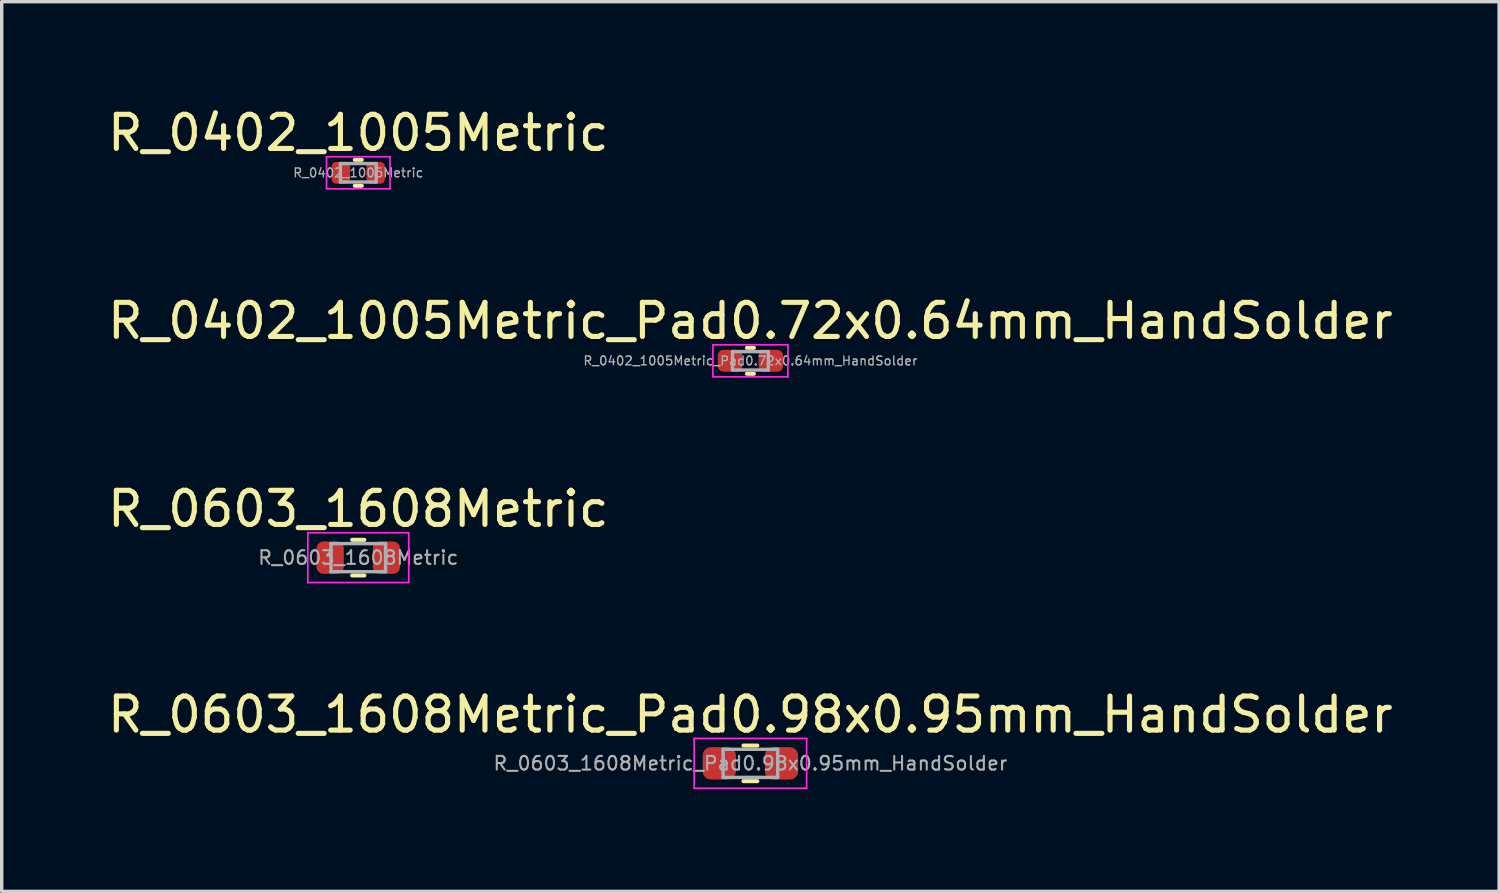
<source format=kicad_pcb>
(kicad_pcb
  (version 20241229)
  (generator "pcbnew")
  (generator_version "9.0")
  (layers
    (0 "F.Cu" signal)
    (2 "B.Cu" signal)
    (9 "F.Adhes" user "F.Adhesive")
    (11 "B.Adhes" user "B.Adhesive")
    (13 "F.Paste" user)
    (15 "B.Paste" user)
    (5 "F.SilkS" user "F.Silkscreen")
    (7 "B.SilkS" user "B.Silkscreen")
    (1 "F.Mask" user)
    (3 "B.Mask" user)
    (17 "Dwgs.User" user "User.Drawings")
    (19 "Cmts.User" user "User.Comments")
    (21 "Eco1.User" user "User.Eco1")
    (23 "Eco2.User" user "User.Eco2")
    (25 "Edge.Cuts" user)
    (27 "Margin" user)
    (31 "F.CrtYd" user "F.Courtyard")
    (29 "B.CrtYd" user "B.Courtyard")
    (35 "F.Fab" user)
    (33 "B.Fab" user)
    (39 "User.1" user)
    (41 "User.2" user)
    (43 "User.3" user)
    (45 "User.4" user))
  (footprint "R_0603_1608Metric_Pad0.98x0.95mm_HandSolder"
    (layer "F.Cu")
    (at 18.958 19.338)
    (property "Reference" "R_0603_1608Metric_Pad0.98x0.95mm_HandSolder" (at 0 -1.43 0) (layer "F.SilkS") (effects (font (size 1 1) (thickness 0.15))))
    (attr smd)
    (fp_line (start -0.203 -0.522) (end 0.203 -0.522) (stroke (width 0.12) (type solid)) (layer "F.SilkS"))
    (fp_line (start -0.203 0.522) (end 0.203 0.522) (stroke (width 0.12) (type solid)) (layer "F.SilkS"))
    (fp_line (start -1.65 -0.73) (end 1.65 -0.73) (stroke (width 0.05) (type solid)) (layer "F.CrtYd"))
    (fp_line (start -1.65 0.73) (end -1.65 -0.73) (stroke (width 0.05) (type solid)) (layer "F.CrtYd"))
    (fp_line (start 1.65 -0.73) (end 1.65 0.73) (stroke (width 0.05) (type solid)) (layer "F.CrtYd"))
    (fp_line (start 1.65 0.73) (end -1.65 0.73) (stroke (width 0.05) (type solid)) (layer "F.CrtYd"))
    (fp_line (start -0.8 -0.412) (end 0.8 -0.412) (stroke (width 0.1) (type solid)) (layer "F.Fab"))
    (fp_line (start -0.8 0.412) (end -0.8 -0.412) (stroke (width 0.1) (type solid)) (layer "F.Fab"))
    (fp_line (start 0.8 -0.412) (end 0.8 0.412) (stroke (width 0.1) (type solid)) (layer "F.Fab"))
    (fp_line (start 0.8 0.412) (end -0.8 0.412) (stroke (width 0.1) (type solid)) (layer "F.Fab"))
    (fp_text user "${REFERENCE}" (at 0 0 0) (layer "F.Fab") (effects (font (size 0.4 0.4) (thickness 0.06))))
    (pad "1" smd roundrect (at -0.912 0) (size 0.975 0.95) (layers "F.Cu" "F.Mask" "F.Paste") (roundrect_rratio 0.25))
    (pad "2" smd roundrect (at 0.912 0) (size 0.975 0.95) (layers "F.Cu" "F.Mask" "F.Paste") (roundrect_rratio 0.25)))
  (footprint "R_0402_1005Metric"
    (layer "F.Cu")
    (at 7.458 2.018)
    (property "Reference" "R_0402_1005Metric" (at 0 -1.17 0) (layer "F.SilkS") (effects (font (size 1 1) (thickness 0.15))))
    (attr smd)
    (fp_line (start -0.102 -0.38) (end 0.102 -0.38) (stroke (width 0.12) (type solid)) (layer "F.SilkS"))
    (fp_line (start -0.102 0.38) (end 0.102 0.38) (stroke (width 0.12) (type solid)) (layer "F.SilkS"))
    (fp_line (start -0.93 -0.47) (end 0.93 -0.47) (stroke (width 0.05) (type solid)) (layer "F.CrtYd"))
    (fp_line (start -0.93 0.47) (end -0.93 -0.47) (stroke (width 0.05) (type solid)) (layer "F.CrtYd"))
    (fp_line (start 0.93 -0.47) (end 0.93 0.47) (stroke (width 0.05) (type solid)) (layer "F.CrtYd"))
    (fp_line (start 0.93 0.47) (end -0.93 0.47) (stroke (width 0.05) (type solid)) (layer "F.CrtYd"))
    (fp_line (start -0.525 -0.27) (end 0.525 -0.27) (stroke (width 0.1) (type solid)) (layer "F.Fab"))
    (fp_line (start -0.525 0.27) (end -0.525 -0.27) (stroke (width 0.1) (type solid)) (layer "F.Fab"))
    (fp_line (start 0.525 -0.27) (end 0.525 0.27) (stroke (width 0.1) (type solid)) (layer "F.Fab"))
    (fp_line (start 0.525 0.27) (end -0.525 0.27) (stroke (width 0.1) (type solid)) (layer "F.Fab"))
    (fp_text user "${REFERENCE}" (at 0 0 0) (layer "F.Fab") (effects (font (size 0.26 0.26) (thickness 0.04))))
    (pad "1" smd roundrect (at -0.51 0) (size 0.54 0.64) (layers "F.Cu" "F.Mask" "F.Paste") (roundrect_rratio 0.25))
    (pad "2" smd roundrect (at 0.51 0) (size 0.54 0.64) (layers "F.Cu" "F.Mask" "F.Paste") (roundrect_rratio 0.25)))
  (footprint "R_0603_1608Metric"
    (layer "F.Cu")
    (at 7.458 13.305)
    (property "Reference" "R_0603_1608Metric" (at 0 -1.43 0) (layer "F.SilkS") (effects (font (size 1 1) (thickness 0.15))))
    (attr smd)
    (fp_line (start -0.178 -0.522) (end 0.178 -0.522) (stroke (width 0.12) (type solid)) (layer "F.SilkS"))
    (fp_line (start -0.178 0.522) (end 0.178 0.522) (stroke (width 0.12) (type solid)) (layer "F.SilkS"))
    (fp_line (start -1.48 -0.73) (end 1.48 -0.73) (stroke (width 0.05) (type solid)) (layer "F.CrtYd"))
    (fp_line (start -1.48 0.73) (end -1.48 -0.73) (stroke (width 0.05) (type solid)) (layer "F.CrtYd"))
    (fp_line (start 1.48 -0.73) (end 1.48 0.73) (stroke (width 0.05) (type solid)) (layer "F.CrtYd"))
    (fp_line (start 1.48 0.73) (end -1.48 0.73) (stroke (width 0.05) (type solid)) (layer "F.CrtYd"))
    (fp_line (start -0.8 -0.412) (end 0.8 -0.412) (stroke (width 0.1) (type solid)) (layer "F.Fab"))
    (fp_line (start -0.8 0.412) (end -0.8 -0.412) (stroke (width 0.1) (type solid)) (layer "F.Fab"))
    (fp_line (start 0.8 -0.412) (end 0.8 0.412) (stroke (width 0.1) (type solid)) (layer "F.Fab"))
    (fp_line (start 0.8 0.412) (end -0.8 0.412) (stroke (width 0.1) (type solid)) (layer "F.Fab"))
    (fp_text user "${REFERENCE}" (at 0 0 0) (layer "F.Fab") (effects (font (size 0.4 0.4) (thickness 0.06))))
    (pad "1" smd roundrect (at -0.825 0) (size 0.8 0.95) (layers "F.Cu" "F.Mask" "F.Paste") (roundrect_rratio 0.25))
    (pad "2" smd roundrect (at 0.825 0) (size 0.8 0.95) (layers "F.Cu" "F.Mask" "F.Paste") (roundrect_rratio 0.25)))
  (footprint "R_0402_1005Metric_Pad0.72x0.64mm_HandSolder"
    (layer "F.Cu")
    (at 18.958 7.532)
    (property "Reference" "R_0402_1005Metric_Pad0.72x0.64mm_HandSolder" (at 0 -1.17 0) (layer "F.SilkS") (effects (font (size 1 1) (thickness 0.15))))
    (attr smd)
    (fp_line (start -0.102 -0.38) (end 0.102 -0.38) (stroke (width 0.12) (type solid)) (layer "F.SilkS"))
    (fp_line (start -0.102 0.38) (end 0.102 0.38) (stroke (width 0.12) (type solid)) (layer "F.SilkS"))
    (fp_line (start -1.1 -0.47) (end 1.1 -0.47) (stroke (width 0.05) (type solid)) (layer "F.CrtYd"))
    (fp_line (start -1.1 0.47) (end -1.1 -0.47) (stroke (width 0.05) (type solid)) (layer "F.CrtYd"))
    (fp_line (start 1.1 -0.47) (end 1.1 0.47) (stroke (width 0.05) (type solid)) (layer "F.CrtYd"))
    (fp_line (start 1.1 0.47) (end -1.1 0.47) (stroke (width 0.05) (type solid)) (layer "F.CrtYd"))
    (fp_line (start -0.525 -0.27) (end 0.525 -0.27) (stroke (width 0.1) (type solid)) (layer "F.Fab"))
    (fp_line (start -0.525 0.27) (end -0.525 -0.27) (stroke (width 0.1) (type solid)) (layer "F.Fab"))
    (fp_line (start 0.525 -0.27) (end 0.525 0.27) (stroke (width 0.1) (type solid)) (layer "F.Fab"))
    (fp_line (start 0.525 0.27) (end -0.525 0.27) (stroke (width 0.1) (type solid)) (layer "F.Fab"))
    (fp_text user "${REFERENCE}" (at 0 0 0) (layer "F.Fab") (effects (font (size 0.26 0.26) (thickness 0.04))))
    (pad "1" smd roundrect (at -0.598 0) (size 0.715 0.64) (layers "F.Cu" "F.Mask" "F.Paste") (roundrect_rratio 0.25))
    (pad "2" smd roundrect (at 0.598 0) (size 0.715 0.64) (layers "F.Cu" "F.Mask" "F.Paste") (roundrect_rratio 0.25)))
  (gr_rect
    (start -3 -3)
    (end 40.917 23.093)
    (stroke (width 0.1) (type default))
    (fill no)
    (layer "Edge.Cuts")))
</source>
